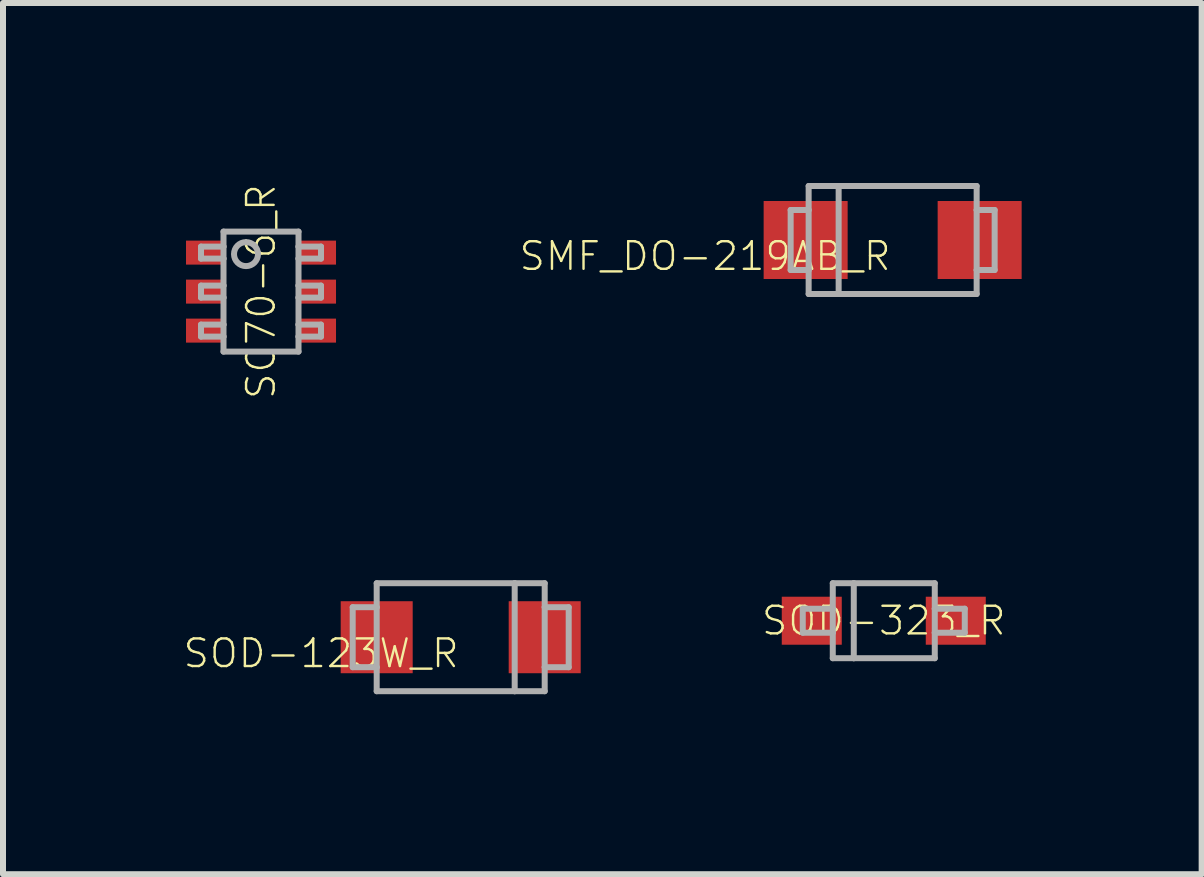
<source format=kicad_pcb>
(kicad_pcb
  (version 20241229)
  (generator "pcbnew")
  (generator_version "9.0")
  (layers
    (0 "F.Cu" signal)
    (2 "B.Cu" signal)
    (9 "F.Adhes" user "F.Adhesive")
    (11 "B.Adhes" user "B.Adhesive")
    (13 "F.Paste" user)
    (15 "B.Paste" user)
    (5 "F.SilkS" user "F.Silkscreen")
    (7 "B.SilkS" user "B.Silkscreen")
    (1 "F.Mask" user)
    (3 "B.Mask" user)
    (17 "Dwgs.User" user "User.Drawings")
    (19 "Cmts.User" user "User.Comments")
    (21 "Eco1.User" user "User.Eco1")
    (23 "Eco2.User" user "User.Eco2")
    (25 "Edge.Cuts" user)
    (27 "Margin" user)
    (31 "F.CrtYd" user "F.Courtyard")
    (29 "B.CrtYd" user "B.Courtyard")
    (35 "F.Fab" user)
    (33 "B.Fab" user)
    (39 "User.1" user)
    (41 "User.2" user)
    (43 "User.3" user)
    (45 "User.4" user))
  (footprint "SOD-323_R"
    (layer "F.Cu")
    (at 11.679 7.295)
    (property "Reference" "SOD-323_R" (at 0 0 0) (unlocked yes) (layer "F.SilkS") (effects (font (size 0.46 0.46) (thickness 0.04))))
    (fp_poly (pts (xy -0.7 0.4) (xy -1.7 0.4) (xy -1.7 -0.4) (xy -0.7 -0.4)) (stroke (width 0) (type default)) (fill yes) (layer "F.Paste"))
    (fp_poly (pts (xy 1.7 0.4) (xy 0.7 0.4) (xy 0.7 -0.4) (xy 1.7 -0.4)) (stroke (width 0) (type default)) (fill yes) (layer "F.Paste"))
    (fp_line (start -1.35 -0.2) (end -1.35 0.2) (stroke (width 0.1) (type solid)) (layer "F.Fab"))
    (fp_line (start -1.35 0.2) (end -0.85 0.2) (stroke (width 0.1) (type solid)) (layer "F.Fab"))
    (fp_line (start -0.85 -0.625) (end -0.5 -0.625) (stroke (width 0.1) (type solid)) (layer "F.Fab"))
    (fp_line (start -0.85 -0.2) (end -1.35 -0.2) (stroke (width 0.1) (type solid)) (layer "F.Fab"))
    (fp_line (start -0.85 -0.2) (end -0.85 -0.625) (stroke (width 0.1) (type solid)) (layer "F.Fab"))
    (fp_line (start -0.85 0.2) (end -0.85 -0.2) (stroke (width 0.1) (type solid)) (layer "F.Fab"))
    (fp_line (start -0.85 0.625) (end -0.85 0.2) (stroke (width 0.1) (type solid)) (layer "F.Fab"))
    (fp_line (start -0.5 -0.625) (end -0.5 0.625) (stroke (width 0.1) (type solid)) (layer "F.Fab"))
    (fp_line (start -0.5 -0.625) (end 0.85 -0.625) (stroke (width 0.1) (type solid)) (layer "F.Fab"))
    (fp_line (start -0.5 0.625) (end -0.85 0.625) (stroke (width 0.1) (type solid)) (layer "F.Fab"))
    (fp_line (start 0.85 -0.625) (end 0.85 -0.2) (stroke (width 0.1) (type solid)) (layer "F.Fab"))
    (fp_line (start 0.85 -0.2) (end 0.85 0.2) (stroke (width 0.1) (type solid)) (layer "F.Fab"))
    (fp_line (start 0.85 -0.2) (end 1.35 -0.2) (stroke (width 0.1) (type solid)) (layer "F.Fab"))
    (fp_line (start 0.85 0.2) (end 0.85 0.625) (stroke (width 0.1) (type solid)) (layer "F.Fab"))
    (fp_line (start 0.85 0.625) (end -0.5 0.625) (stroke (width 0.1) (type solid)) (layer "F.Fab"))
    (fp_line (start 1.35 -0.2) (end 1.35 0.2) (stroke (width 0.1) (type solid)) (layer "F.Fab"))
    (fp_line (start 1.35 0.2) (end 0.85 0.2) (stroke (width 0.1) (type solid)) (layer "F.Fab"))
    (pad "1" smd rect (at -1.2 0) (size 1 0.8) (layers "F.Cu" "F.Mask"))
    (pad "2" smd rect (at 1.2 0) (size 1 0.8) (layers "F.Cu" "F.Mask")))
  (footprint "SMF_DO-219AB_R"
    (layer "F.Cu")
    (at 11.827 0.95)
    (property "Reference" "SMF_DO-219AB_R" (at 0 0 0) (unlocked yes) (layer "F.SilkS") (effects (font (size 0.46 0.46) (thickness 0.04)) (justify right top)))
    (fp_poly (pts (xy -0.75 0.65) (xy -2.15 0.65) (xy -2.15 -0.65) (xy -0.75 -0.65)) (stroke (width 0) (type default)) (fill yes) (layer "F.Paste"))
    (fp_poly (pts (xy 2.15 0.65) (xy 0.75 0.65) (xy 0.75 -0.65) (xy 2.15 -0.65)) (stroke (width 0) (type default)) (fill yes) (layer "F.Paste"))
    (fp_line (start -1.7 -0.5) (end -1.7 0.5) (stroke (width 0.1) (type solid)) (layer "F.Fab"))
    (fp_line (start -1.7 0.5) (end -1.4 0.5) (stroke (width 0.1) (type solid)) (layer "F.Fab"))
    (fp_line (start -1.4 -0.9) (end -1.4 -0.5) (stroke (width 0.1) (type solid)) (layer "F.Fab"))
    (fp_line (start -1.4 -0.5) (end -1.7 -0.5) (stroke (width 0.1) (type solid)) (layer "F.Fab"))
    (fp_line (start -1.4 -0.5) (end -1.4 0.5) (stroke (width 0.1) (type solid)) (layer "F.Fab"))
    (fp_line (start -1.4 0.5) (end -1.4 0.9) (stroke (width 0.1) (type solid)) (layer "F.Fab"))
    (fp_line (start -1.4 0.9) (end 1.4 0.9) (stroke (width 0.1) (type solid)) (layer "F.Fab"))
    (fp_line (start -0.9 0.9) (end -0.9 -0.9) (stroke (width 0.1) (type solid)) (layer "F.Fab"))
    (fp_line (start 1.4 -0.9) (end -1.4 -0.9) (stroke (width 0.1) (type solid)) (layer "F.Fab"))
    (fp_line (start 1.4 -0.5) (end 1.4 -0.9) (stroke (width 0.1) (type solid)) (layer "F.Fab"))
    (fp_line (start 1.4 -0.5) (end 1.7 -0.5) (stroke (width 0.1) (type solid)) (layer "F.Fab"))
    (fp_line (start 1.4 0.5) (end 1.4 -0.5) (stroke (width 0.1) (type solid)) (layer "F.Fab"))
    (fp_line (start 1.4 0.9) (end 1.4 0.5) (stroke (width 0.1) (type solid)) (layer "F.Fab"))
    (fp_line (start 1.7 -0.5) (end 1.7 0.5) (stroke (width 0.1) (type solid)) (layer "F.Fab"))
    (fp_line (start 1.7 0.5) (end 1.4 0.5) (stroke (width 0.1) (type solid)) (layer "F.Fab"))
    (pad "1" smd rect (at -1.45 0) (size 1.4 1.3) (layers "F.Cu" "F.Mask"))
    (pad "2" smd rect (at 1.45 0) (size 1.4 1.3) (layers "F.Cu" "F.Mask")))
  (footprint "SC70-6_R"
    (layer "F.Cu")
    (at 1.3 1.81)
    (property "Reference" "SC70-6_R" (at 0 0 90) (unlocked yes) (layer "F.SilkS") (effects (font (size 0.46 0.46) (thickness 0.04))))
    (fp_poly (pts (xy -1.3 -0.4) (xy -0.54 -0.4) (xy -0.54 -0.912) (xy -1.3 -0.912)) (stroke (width 0) (type default)) (fill yes) (layer "F.Mask"))
    (fp_poly (pts (xy -1.3 0.25) (xy -0.54 0.25) (xy -0.54 -0.263) (xy -1.3 -0.263)) (stroke (width 0) (type default)) (fill yes) (layer "F.Mask"))
    (fp_poly (pts (xy -1.3 0.9) (xy -0.54 0.9) (xy -0.54 0.388) (xy -1.3 0.388)) (stroke (width 0) (type default)) (fill yes) (layer "F.Mask"))
    (fp_poly (pts (xy 1.3 -0.9) (xy 0.54 -0.9) (xy 0.54 -0.388) (xy 1.3 -0.388)) (stroke (width 0) (type default)) (fill yes) (layer "F.Mask"))
    (fp_poly (pts (xy 1.3 -0.25) (xy 0.54 -0.25) (xy 0.54 0.263) (xy 1.3 0.263)) (stroke (width 0) (type default)) (fill yes) (layer "F.Mask"))
    (fp_poly (pts (xy 1.3 0.4) (xy 0.54 0.4) (xy 0.54 0.912) (xy 1.3 0.912)) (stroke (width 0) (type default)) (fill yes) (layer "F.Mask"))
    (fp_poly (pts (xy -0.6 -0.45) (xy -1.25 -0.45) (xy -1.25 -0.85) (xy -0.6 -0.85)) (stroke (width 0) (type default)) (fill yes) (layer "F.Paste"))
    (fp_poly (pts (xy -0.6 0.2) (xy -1.25 0.2) (xy -1.25 -0.2) (xy -0.6 -0.2)) (stroke (width 0) (type default)) (fill yes) (layer "F.Paste"))
    (fp_poly (pts (xy -0.6 0.85) (xy -1.25 0.85) (xy -1.25 0.45) (xy -0.6 0.45)) (stroke (width 0) (type default)) (fill yes) (layer "F.Paste"))
    (fp_poly (pts (xy 1.25 -0.45) (xy 0.6 -0.45) (xy 0.6 -0.85) (xy 1.25 -0.85)) (stroke (width 0) (type default)) (fill yes) (layer "F.Paste"))
    (fp_poly (pts (xy 1.25 0.2) (xy 0.6 0.2) (xy 0.6 -0.2) (xy 1.25 -0.2)) (stroke (width 0) (type default)) (fill yes) (layer "F.Paste"))
    (fp_poly (pts (xy 1.25 0.85) (xy 0.6 0.85) (xy 0.6 0.45) (xy 1.25 0.45)) (stroke (width 0) (type default)) (fill yes) (layer "F.Paste"))
    (fp_line (start -1 -0.75) (end -1 -0.55) (stroke (width 0.1) (type solid)) (layer "F.Fab"))
    (fp_line (start -1 -0.55) (end -0.625 -0.55) (stroke (width 0.1) (type solid)) (layer "F.Fab"))
    (fp_line (start -1 -0.1) (end -1 0.1) (stroke (width 0.1) (type solid)) (layer "F.Fab"))
    (fp_line (start -1 0.1) (end -0.625 0.1) (stroke (width 0.1) (type solid)) (layer "F.Fab"))
    (fp_line (start -1 0.55) (end -1 0.75) (stroke (width 0.1) (type solid)) (layer "F.Fab"))
    (fp_line (start -1 0.75) (end -0.625 0.75) (stroke (width 0.1) (type solid)) (layer "F.Fab"))
    (fp_line (start -0.625 -1) (end -0.625 -0.75) (stroke (width 0.1) (type solid)) (layer "F.Fab"))
    (fp_line (start -0.625 -0.75) (end -1 -0.75) (stroke (width 0.1) (type solid)) (layer "F.Fab"))
    (fp_line (start -0.625 -0.75) (end -0.625 -0.55) (stroke (width 0.1) (type solid)) (layer "F.Fab"))
    (fp_line (start -0.625 -0.55) (end -0.625 -0.1) (stroke (width 0.1) (type solid)) (layer "F.Fab"))
    (fp_line (start -0.625 -0.1) (end -1 -0.1) (stroke (width 0.1) (type solid)) (layer "F.Fab"))
    (fp_line (start -0.625 -0.1) (end -0.625 0.1) (stroke (width 0.1) (type solid)) (layer "F.Fab"))
    (fp_line (start -0.625 0.1) (end -0.625 0.55) (stroke (width 0.1) (type solid)) (layer "F.Fab"))
    (fp_line (start -0.625 0.55) (end -1 0.55) (stroke (width 0.1) (type solid)) (layer "F.Fab"))
    (fp_line (start -0.625 0.55) (end -0.625 0.75) (stroke (width 0.1) (type solid)) (layer "F.Fab"))
    (fp_line (start -0.625 0.75) (end -0.625 1) (stroke (width 0.1) (type solid)) (layer "F.Fab"))
    (fp_line (start -0.625 1) (end 0.625 1) (stroke (width 0.1) (type solid)) (layer "F.Fab"))
    (fp_line (start 0.625 -1) (end -0.625 -1) (stroke (width 0.1) (type solid)) (layer "F.Fab"))
    (fp_line (start 0.625 -0.75) (end 0.625 -1) (stroke (width 0.1) (type solid)) (layer "F.Fab"))
    (fp_line (start 0.625 -0.55) (end 0.625 -0.75) (stroke (width 0.1) (type solid)) (layer "F.Fab"))
    (fp_line (start 0.625 -0.55) (end 1 -0.55) (stroke (width 0.1) (type solid)) (layer "F.Fab"))
    (fp_line (start 0.625 -0.1) (end 0.625 -0.55) (stroke (width 0.1) (type solid)) (layer "F.Fab"))
    (fp_line (start 0.625 0.1) (end 0.625 -0.1) (stroke (width 0.1) (type solid)) (layer "F.Fab"))
    (fp_line (start 0.625 0.1) (end 1 0.1) (stroke (width 0.1) (type solid)) (layer "F.Fab"))
    (fp_line (start 0.625 0.55) (end 0.625 0.1) (stroke (width 0.1) (type solid)) (layer "F.Fab"))
    (fp_line (start 0.625 0.75) (end 0.625 0.55) (stroke (width 0.1) (type solid)) (layer "F.Fab"))
    (fp_line (start 0.625 0.75) (end 1 0.75) (stroke (width 0.1) (type solid)) (layer "F.Fab"))
    (fp_line (start 0.625 1) (end 0.625 0.75) (stroke (width 0.1) (type solid)) (layer "F.Fab"))
    (fp_line (start 1 -0.75) (end 0.625 -0.75) (stroke (width 0.1) (type solid)) (layer "F.Fab"))
    (fp_line (start 1 -0.55) (end 1 -0.75) (stroke (width 0.1) (type solid)) (layer "F.Fab"))
    (fp_line (start 1 -0.1) (end 0.625 -0.1) (stroke (width 0.1) (type solid)) (layer "F.Fab"))
    (fp_line (start 1 0.1) (end 1 -0.1) (stroke (width 0.1) (type solid)) (layer "F.Fab"))
    (fp_line (start 1 0.55) (end 0.625 0.55) (stroke (width 0.1) (type solid)) (layer "F.Fab"))
    (fp_line (start 1 0.75) (end 1 0.55) (stroke (width 0.1) (type solid)) (layer "F.Fab"))
    (fp_circle (center -0.25 -0.625) (end -0.05 -0.625) (stroke (width 0.1) (type solid)) (fill no) (layer "F.Fab"))
    (pad "1" smd rect (at -0.92 -0.65 90) (size 0.4 0.66) (layers "F.Cu"))
    (pad "2" smd rect (at -0.92 0 90) (size 0.4 0.66) (layers "F.Cu"))
    (pad "3" smd rect (at -0.92 0.65 90) (size 0.4 0.66) (layers "F.Cu"))
    (pad "4" smd rect (at 0.92 0.65 90) (size 0.4 0.66) (layers "F.Cu"))
    (pad "5" smd rect (at 0.92 0 90) (size 0.4 0.66) (layers "F.Cu"))
    (pad "6" smd rect (at 0.92 -0.65 90) (size 0.4 0.66) (layers "F.Cu")))
  (footprint "SOD-123W_R"
    (layer "F.Cu")
    (at 4.628 7.57)
    (property "Reference" "SOD-123W_R" (at 0 0 0) (unlocked yes) (layer "F.SilkS") (effects (font (size 0.46 0.46) (thickness 0.04)) (justify right top)))
    (fp_poly (pts (xy -0.85 0.55) (xy -1.95 0.55) (xy -1.95 -0.55) (xy -0.85 -0.55)) (stroke (width 0) (type default)) (fill yes) (layer "F.Paste"))
    (fp_poly (pts (xy 1.95 0.55) (xy 0.85 0.55) (xy 0.85 -0.55) (xy 1.95 -0.55)) (stroke (width 0) (type default)) (fill yes) (layer "F.Paste"))
    (fp_line (start -1.8 -0.5) (end -1.8 0.5) (stroke (width 0.1) (type solid)) (layer "F.Fab"))
    (fp_line (start -1.8 0.5) (end -1.4 0.5) (stroke (width 0.1) (type solid)) (layer "F.Fab"))
    (fp_line (start -1.4 -0.9) (end -1.4 -0.5) (stroke (width 0.1) (type solid)) (layer "F.Fab"))
    (fp_line (start -1.4 -0.5) (end -1.8 -0.5) (stroke (width 0.1) (type solid)) (layer "F.Fab"))
    (fp_line (start -1.4 -0.5) (end -1.4 0.5) (stroke (width 0.1) (type solid)) (layer "F.Fab"))
    (fp_line (start -1.4 0.5) (end -1.4 0.9) (stroke (width 0.1) (type solid)) (layer "F.Fab"))
    (fp_line (start -1.4 0.9) (end 0.9 0.9) (stroke (width 0.1) (type solid)) (layer "F.Fab"))
    (fp_line (start 0.9 -0.9) (end -1.4 -0.9) (stroke (width 0.1) (type solid)) (layer "F.Fab"))
    (fp_line (start 0.9 -0.9) (end 0.9 0.9) (stroke (width 0.1) (type solid)) (layer "F.Fab"))
    (fp_line (start 0.9 0.9) (end 1.4 0.9) (stroke (width 0.1) (type solid)) (layer "F.Fab"))
    (fp_line (start 1.4 -0.9) (end 0.9 -0.9) (stroke (width 0.1) (type solid)) (layer "F.Fab"))
    (fp_line (start 1.4 -0.5) (end 1.4 -0.9) (stroke (width 0.1) (type solid)) (layer "F.Fab"))
    (fp_line (start 1.4 -0.5) (end 1.8 -0.5) (stroke (width 0.1) (type solid)) (layer "F.Fab"))
    (fp_line (start 1.4 0.5) (end 1.4 -0.5) (stroke (width 0.1) (type solid)) (layer "F.Fab"))
    (fp_line (start 1.4 0.9) (end 1.4 0.5) (stroke (width 0.1) (type solid)) (layer "F.Fab"))
    (fp_line (start 1.8 -0.5) (end 1.8 0.5) (stroke (width 0.1) (type solid)) (layer "F.Fab"))
    (fp_line (start 1.8 0.5) (end 1.4 0.5) (stroke (width 0.1) (type solid)) (layer "F.Fab"))
    (pad "A" smd rect (at -1.4 0) (size 1.2 1.2) (layers "F.Cu" "F.Mask"))
    (pad "C" smd rect (at 1.4 0) (size 1.2 1.2) (layers "F.Cu" "F.Mask")))
  (gr_rect
    (start -3 -3)
    (end 16.977 11.52)
    (stroke (width 0.1) (type default))
    (fill no)
    (layer "Edge.Cuts")))
</source>
